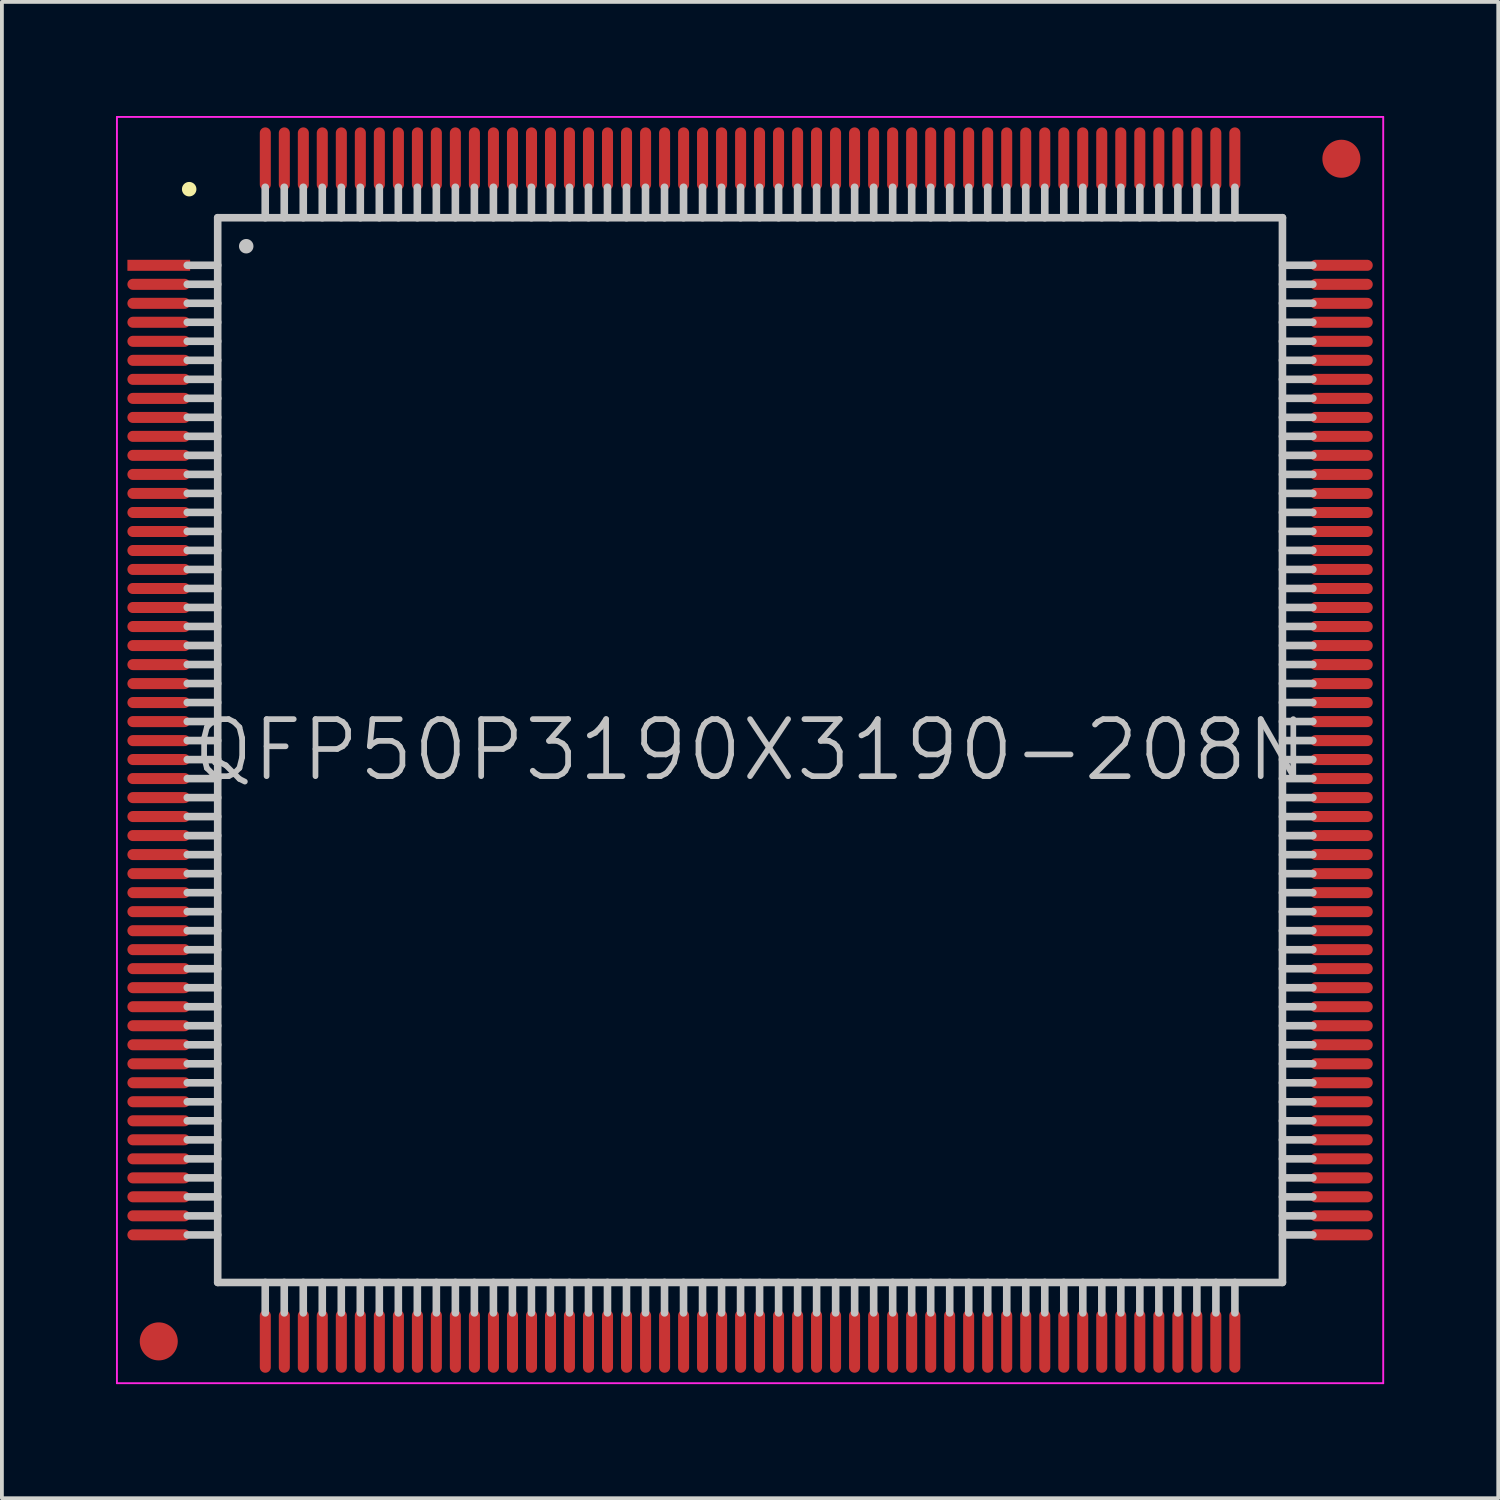
<source format=kicad_pcb>
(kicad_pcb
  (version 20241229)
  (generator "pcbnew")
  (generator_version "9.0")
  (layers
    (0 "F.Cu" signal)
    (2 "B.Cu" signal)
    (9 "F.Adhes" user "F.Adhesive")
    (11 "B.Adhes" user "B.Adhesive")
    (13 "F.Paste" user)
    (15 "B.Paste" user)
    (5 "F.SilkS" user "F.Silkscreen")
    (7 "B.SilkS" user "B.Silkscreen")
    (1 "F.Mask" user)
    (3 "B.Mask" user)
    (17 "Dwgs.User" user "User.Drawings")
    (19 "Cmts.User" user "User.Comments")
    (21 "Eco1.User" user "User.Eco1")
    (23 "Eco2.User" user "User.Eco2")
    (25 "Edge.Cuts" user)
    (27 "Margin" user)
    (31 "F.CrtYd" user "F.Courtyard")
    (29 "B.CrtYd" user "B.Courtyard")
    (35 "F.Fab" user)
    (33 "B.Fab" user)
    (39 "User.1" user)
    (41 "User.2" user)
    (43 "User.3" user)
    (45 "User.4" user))
  (footprint "QFP50P3190X3190-208N"
    (layer "F.Cu")
    (at 16.675 16.675)
    (property "Reference" "QFP50P3190X3190-208N" (at 0 0 0) (layer "Dwgs.User") (effects (font (size 1.5 1.5) (thickness 0.15))))
    (attr smd)
    (fp_line (start -14.75 -14.75) (end -14.75 -14.75) (stroke (width 0.381) (type solid)) (layer "F.SilkS"))
    (fp_line (start -14 -14) (end -14 14) (stroke (width 0.2) (type solid)) (layer "Dwgs.User"))
    (fp_line (start -14 -14) (end 14 -14) (stroke (width 0.2) (type solid)) (layer "Dwgs.User"))
    (fp_line (start -14 -12.75) (end -14.8 -12.75) (stroke (width 0.2) (type solid)) (layer "Dwgs.User"))
    (fp_line (start -14 -12.25) (end -14.8 -12.25) (stroke (width 0.2) (type solid)) (layer "Dwgs.User"))
    (fp_line (start -14 -11.75) (end -14.8 -11.75) (stroke (width 0.2) (type solid)) (layer "Dwgs.User"))
    (fp_line (start -14 -11.25) (end -14.8 -11.25) (stroke (width 0.2) (type solid)) (layer "Dwgs.User"))
    (fp_line (start -14 -10.75) (end -14.8 -10.75) (stroke (width 0.2) (type solid)) (layer "Dwgs.User"))
    (fp_line (start -14 -10.25) (end -14.8 -10.25) (stroke (width 0.2) (type solid)) (layer "Dwgs.User"))
    (fp_line (start -14 -9.75) (end -14.8 -9.75) (stroke (width 0.2) (type solid)) (layer "Dwgs.User"))
    (fp_line (start -14 -9.25) (end -14.8 -9.25) (stroke (width 0.2) (type solid)) (layer "Dwgs.User"))
    (fp_line (start -14 -8.75) (end -14.8 -8.75) (stroke (width 0.2) (type solid)) (layer "Dwgs.User"))
    (fp_line (start -14 -8.25) (end -14.8 -8.25) (stroke (width 0.2) (type solid)) (layer "Dwgs.User"))
    (fp_line (start -14 -7.75) (end -14.8 -7.75) (stroke (width 0.2) (type solid)) (layer "Dwgs.User"))
    (fp_line (start -14 -7.25) (end -14.8 -7.25) (stroke (width 0.2) (type solid)) (layer "Dwgs.User"))
    (fp_line (start -14 -6.75) (end -14.8 -6.75) (stroke (width 0.2) (type solid)) (layer "Dwgs.User"))
    (fp_line (start -14 -6.25) (end -14.8 -6.25) (stroke (width 0.2) (type solid)) (layer "Dwgs.User"))
    (fp_line (start -14 -5.75) (end -14.8 -5.75) (stroke (width 0.2) (type solid)) (layer "Dwgs.User"))
    (fp_line (start -14 -5.25) (end -14.8 -5.25) (stroke (width 0.2) (type solid)) (layer "Dwgs.User"))
    (fp_line (start -14 -4.75) (end -14.8 -4.75) (stroke (width 0.2) (type solid)) (layer "Dwgs.User"))
    (fp_line (start -14 -4.25) (end -14.8 -4.25) (stroke (width 0.2) (type solid)) (layer "Dwgs.User"))
    (fp_line (start -14 -3.75) (end -14.8 -3.75) (stroke (width 0.2) (type solid)) (layer "Dwgs.User"))
    (fp_line (start -14 -3.25) (end -14.8 -3.25) (stroke (width 0.2) (type solid)) (layer "Dwgs.User"))
    (fp_line (start -14 -2.75) (end -14.8 -2.75) (stroke (width 0.2) (type solid)) (layer "Dwgs.User"))
    (fp_line (start -14 -2.25) (end -14.8 -2.25) (stroke (width 0.2) (type solid)) (layer "Dwgs.User"))
    (fp_line (start -14 -1.75) (end -14.8 -1.75) (stroke (width 0.2) (type solid)) (layer "Dwgs.User"))
    (fp_line (start -14 -1.25) (end -14.8 -1.25) (stroke (width 0.2) (type solid)) (layer "Dwgs.User"))
    (fp_line (start -14 -0.75) (end -14.8 -0.75) (stroke (width 0.2) (type solid)) (layer "Dwgs.User"))
    (fp_line (start -14 -0.25) (end -14.8 -0.25) (stroke (width 0.2) (type solid)) (layer "Dwgs.User"))
    (fp_line (start -14 0.25) (end -14.8 0.25) (stroke (width 0.2) (type solid)) (layer "Dwgs.User"))
    (fp_line (start -14 0.75) (end -14.8 0.75) (stroke (width 0.2) (type solid)) (layer "Dwgs.User"))
    (fp_line (start -14 1.25) (end -14.8 1.25) (stroke (width 0.2) (type solid)) (layer "Dwgs.User"))
    (fp_line (start -14 1.75) (end -14.8 1.75) (stroke (width 0.2) (type solid)) (layer "Dwgs.User"))
    (fp_line (start -14 2.25) (end -14.8 2.25) (stroke (width 0.2) (type solid)) (layer "Dwgs.User"))
    (fp_line (start -14 2.75) (end -14.8 2.75) (stroke (width 0.2) (type solid)) (layer "Dwgs.User"))
    (fp_line (start -14 3.25) (end -14.8 3.25) (stroke (width 0.2) (type solid)) (layer "Dwgs.User"))
    (fp_line (start -14 3.75) (end -14.8 3.75) (stroke (width 0.2) (type solid)) (layer "Dwgs.User"))
    (fp_line (start -14 4.25) (end -14.8 4.25) (stroke (width 0.2) (type solid)) (layer "Dwgs.User"))
    (fp_line (start -14 4.75) (end -14.8 4.75) (stroke (width 0.2) (type solid)) (layer "Dwgs.User"))
    (fp_line (start -14 5.25) (end -14.8 5.25) (stroke (width 0.2) (type solid)) (layer "Dwgs.User"))
    (fp_line (start -14 5.75) (end -14.8 5.75) (stroke (width 0.2) (type solid)) (layer "Dwgs.User"))
    (fp_line (start -14 6.25) (end -14.8 6.25) (stroke (width 0.2) (type solid)) (layer "Dwgs.User"))
    (fp_line (start -14 6.75) (end -14.8 6.75) (stroke (width 0.2) (type solid)) (layer "Dwgs.User"))
    (fp_line (start -14 7.25) (end -14.8 7.25) (stroke (width 0.2) (type solid)) (layer "Dwgs.User"))
    (fp_line (start -14 7.75) (end -14.8 7.75) (stroke (width 0.2) (type solid)) (layer "Dwgs.User"))
    (fp_line (start -14 8.25) (end -14.8 8.25) (stroke (width 0.2) (type solid)) (layer "Dwgs.User"))
    (fp_line (start -14 8.75) (end -14.8 8.75) (stroke (width 0.2) (type solid)) (layer "Dwgs.User"))
    (fp_line (start -14 9.25) (end -14.8 9.25) (stroke (width 0.2) (type solid)) (layer "Dwgs.User"))
    (fp_line (start -14 9.75) (end -14.8 9.75) (stroke (width 0.2) (type solid)) (layer "Dwgs.User"))
    (fp_line (start -14 10.25) (end -14.8 10.25) (stroke (width 0.2) (type solid)) (layer "Dwgs.User"))
    (fp_line (start -14 10.75) (end -14.8 10.75) (stroke (width 0.2) (type solid)) (layer "Dwgs.User"))
    (fp_line (start -14 11.25) (end -14.8 11.25) (stroke (width 0.2) (type solid)) (layer "Dwgs.User"))
    (fp_line (start -14 11.75) (end -14.8 11.75) (stroke (width 0.2) (type solid)) (layer "Dwgs.User"))
    (fp_line (start -14 12.25) (end -14.8 12.25) (stroke (width 0.2) (type solid)) (layer "Dwgs.User"))
    (fp_line (start -14 12.75) (end -14.8 12.75) (stroke (width 0.2) (type solid)) (layer "Dwgs.User"))
    (fp_line (start -14 14) (end 14 14) (stroke (width 0.2) (type solid)) (layer "Dwgs.User"))
    (fp_line (start -13.25 -13.25) (end -13.25 -13.25) (stroke (width 0.381) (type solid)) (layer "Dwgs.User"))
    (fp_line (start -12.75 -14) (end -12.75 -14.8) (stroke (width 0.2) (type solid)) (layer "Dwgs.User"))
    (fp_line (start -12.75 14.8) (end -12.75 14) (stroke (width 0.2) (type solid)) (layer "Dwgs.User"))
    (fp_line (start -12.25 -14) (end -12.25 -14.8) (stroke (width 0.2) (type solid)) (layer "Dwgs.User"))
    (fp_line (start -12.25 14.8) (end -12.25 14) (stroke (width 0.2) (type solid)) (layer "Dwgs.User"))
    (fp_line (start -11.75 -14) (end -11.75 -14.8) (stroke (width 0.2) (type solid)) (layer "Dwgs.User"))
    (fp_line (start -11.75 14.8) (end -11.75 14) (stroke (width 0.2) (type solid)) (layer "Dwgs.User"))
    (fp_line (start -11.25 -14) (end -11.25 -14.8) (stroke (width 0.2) (type solid)) (layer "Dwgs.User"))
    (fp_line (start -11.25 14.8) (end -11.25 14) (stroke (width 0.2) (type solid)) (layer "Dwgs.User"))
    (fp_line (start -10.75 -14) (end -10.75 -14.8) (stroke (width 0.2) (type solid)) (layer "Dwgs.User"))
    (fp_line (start -10.75 14.8) (end -10.75 14) (stroke (width 0.2) (type solid)) (layer "Dwgs.User"))
    (fp_line (start -10.25 -14) (end -10.25 -14.8) (stroke (width 0.2) (type solid)) (layer "Dwgs.User"))
    (fp_line (start -10.25 14.8) (end -10.25 14) (stroke (width 0.2) (type solid)) (layer "Dwgs.User"))
    (fp_line (start -9.75 -14) (end -9.75 -14.8) (stroke (width 0.2) (type solid)) (layer "Dwgs.User"))
    (fp_line (start -9.75 14.8) (end -9.75 14) (stroke (width 0.2) (type solid)) (layer "Dwgs.User"))
    (fp_line (start -9.25 -14) (end -9.25 -14.8) (stroke (width 0.2) (type solid)) (layer "Dwgs.User"))
    (fp_line (start -9.25 14.8) (end -9.25 14) (stroke (width 0.2) (type solid)) (layer "Dwgs.User"))
    (fp_line (start -8.75 -14) (end -8.75 -14.8) (stroke (width 0.2) (type solid)) (layer "Dwgs.User"))
    (fp_line (start -8.75 14.8) (end -8.75 14) (stroke (width 0.2) (type solid)) (layer "Dwgs.User"))
    (fp_line (start -8.25 -14) (end -8.25 -14.8) (stroke (width 0.2) (type solid)) (layer "Dwgs.User"))
    (fp_line (start -8.25 14.8) (end -8.25 14) (stroke (width 0.2) (type solid)) (layer "Dwgs.User"))
    (fp_line (start -7.75 -14) (end -7.75 -14.8) (stroke (width 0.2) (type solid)) (layer "Dwgs.User"))
    (fp_line (start -7.75 14.8) (end -7.75 14) (stroke (width 0.2) (type solid)) (layer "Dwgs.User"))
    (fp_line (start -7.25 -14) (end -7.25 -14.8) (stroke (width 0.2) (type solid)) (layer "Dwgs.User"))
    (fp_line (start -7.25 14.8) (end -7.25 14) (stroke (width 0.2) (type solid)) (layer "Dwgs.User"))
    (fp_line (start -6.75 -14) (end -6.75 -14.8) (stroke (width 0.2) (type solid)) (layer "Dwgs.User"))
    (fp_line (start -6.75 14.8) (end -6.75 14) (stroke (width 0.2) (type solid)) (layer "Dwgs.User"))
    (fp_line (start -6.25 -14) (end -6.25 -14.8) (stroke (width 0.2) (type solid)) (layer "Dwgs.User"))
    (fp_line (start -6.25 14.8) (end -6.25 14) (stroke (width 0.2) (type solid)) (layer "Dwgs.User"))
    (fp_line (start -5.75 -14) (end -5.75 -14.8) (stroke (width 0.2) (type solid)) (layer "Dwgs.User"))
    (fp_line (start -5.75 14.8) (end -5.75 14) (stroke (width 0.2) (type solid)) (layer "Dwgs.User"))
    (fp_line (start -5.25 -14) (end -5.25 -14.8) (stroke (width 0.2) (type solid)) (layer "Dwgs.User"))
    (fp_line (start -5.25 14.8) (end -5.25 14) (stroke (width 0.2) (type solid)) (layer "Dwgs.User"))
    (fp_line (start -4.75 -14) (end -4.75 -14.8) (stroke (width 0.2) (type solid)) (layer "Dwgs.User"))
    (fp_line (start -4.75 14.8) (end -4.75 14) (stroke (width 0.2) (type solid)) (layer "Dwgs.User"))
    (fp_line (start -4.25 -14) (end -4.25 -14.8) (stroke (width 0.2) (type solid)) (layer "Dwgs.User"))
    (fp_line (start -4.25 14.8) (end -4.25 14) (stroke (width 0.2) (type solid)) (layer "Dwgs.User"))
    (fp_line (start -3.75 -14) (end -3.75 -14.8) (stroke (width 0.2) (type solid)) (layer "Dwgs.User"))
    (fp_line (start -3.75 14.8) (end -3.75 14) (stroke (width 0.2) (type solid)) (layer "Dwgs.User"))
    (fp_line (start -3.25 -14) (end -3.25 -14.8) (stroke (width 0.2) (type solid)) (layer "Dwgs.User"))
    (fp_line (start -3.25 14.8) (end -3.25 14) (stroke (width 0.2) (type solid)) (layer "Dwgs.User"))
    (fp_line (start -2.75 -14) (end -2.75 -14.8) (stroke (width 0.2) (type solid)) (layer "Dwgs.User"))
    (fp_line (start -2.75 14.8) (end -2.75 14) (stroke (width 0.2) (type solid)) (layer "Dwgs.User"))
    (fp_line (start -2.25 -14) (end -2.25 -14.8) (stroke (width 0.2) (type solid)) (layer "Dwgs.User"))
    (fp_line (start -2.25 14.8) (end -2.25 14) (stroke (width 0.2) (type solid)) (layer "Dwgs.User"))
    (fp_line (start -1.75 -14) (end -1.75 -14.8) (stroke (width 0.2) (type solid)) (layer "Dwgs.User"))
    (fp_line (start -1.75 14.8) (end -1.75 14) (stroke (width 0.2) (type solid)) (layer "Dwgs.User"))
    (fp_line (start -1.25 -14) (end -1.25 -14.8) (stroke (width 0.2) (type solid)) (layer "Dwgs.User"))
    (fp_line (start -1.25 14.8) (end -1.25 14) (stroke (width 0.2) (type solid)) (layer "Dwgs.User"))
    (fp_line (start -0.75 -14) (end -0.75 -14.8) (stroke (width 0.2) (type solid)) (layer "Dwgs.User"))
    (fp_line (start -0.75 14.8) (end -0.75 14) (stroke (width 0.2) (type solid)) (layer "Dwgs.User"))
    (fp_line (start -0.25 -14) (end -0.25 -14.8) (stroke (width 0.2) (type solid)) (layer "Dwgs.User"))
    (fp_line (start -0.25 14.8) (end -0.25 14) (stroke (width 0.2) (type solid)) (layer "Dwgs.User"))
    (fp_line (start 0.25 -14) (end 0.25 -14.8) (stroke (width 0.2) (type solid)) (layer "Dwgs.User"))
    (fp_line (start 0.25 14.8) (end 0.25 14) (stroke (width 0.2) (type solid)) (layer "Dwgs.User"))
    (fp_line (start 0.75 -14) (end 0.75 -14.8) (stroke (width 0.2) (type solid)) (layer "Dwgs.User"))
    (fp_line (start 0.75 14.8) (end 0.75 14) (stroke (width 0.2) (type solid)) (layer "Dwgs.User"))
    (fp_line (start 1.25 -14) (end 1.25 -14.8) (stroke (width 0.2) (type solid)) (layer "Dwgs.User"))
    (fp_line (start 1.25 14.8) (end 1.25 14) (stroke (width 0.2) (type solid)) (layer "Dwgs.User"))
    (fp_line (start 1.75 -14) (end 1.75 -14.8) (stroke (width 0.2) (type solid)) (layer "Dwgs.User"))
    (fp_line (start 1.75 14.8) (end 1.75 14) (stroke (width 0.2) (type solid)) (layer "Dwgs.User"))
    (fp_line (start 2.25 -14) (end 2.25 -14.8) (stroke (width 0.2) (type solid)) (layer "Dwgs.User"))
    (fp_line (start 2.25 14.8) (end 2.25 14) (stroke (width 0.2) (type solid)) (layer "Dwgs.User"))
    (fp_line (start 2.75 -14) (end 2.75 -14.8) (stroke (width 0.2) (type solid)) (layer "Dwgs.User"))
    (fp_line (start 2.75 14.8) (end 2.75 14) (stroke (width 0.2) (type solid)) (layer "Dwgs.User"))
    (fp_line (start 3.25 -14) (end 3.25 -14.8) (stroke (width 0.2) (type solid)) (layer "Dwgs.User"))
    (fp_line (start 3.25 14.8) (end 3.25 14) (stroke (width 0.2) (type solid)) (layer "Dwgs.User"))
    (fp_line (start 3.75 -14) (end 3.75 -14.8) (stroke (width 0.2) (type solid)) (layer "Dwgs.User"))
    (fp_line (start 3.75 14.8) (end 3.75 14) (stroke (width 0.2) (type solid)) (layer "Dwgs.User"))
    (fp_line (start 4.25 -14) (end 4.25 -14.8) (stroke (width 0.2) (type solid)) (layer "Dwgs.User"))
    (fp_line (start 4.25 14.8) (end 4.25 14) (stroke (width 0.2) (type solid)) (layer "Dwgs.User"))
    (fp_line (start 4.75 -14) (end 4.75 -14.8) (stroke (width 0.2) (type solid)) (layer "Dwgs.User"))
    (fp_line (start 4.75 14.8) (end 4.75 14) (stroke (width 0.2) (type solid)) (layer "Dwgs.User"))
    (fp_line (start 5.25 -14) (end 5.25 -14.8) (stroke (width 0.2) (type solid)) (layer "Dwgs.User"))
    (fp_line (start 5.25 14.8) (end 5.25 14) (stroke (width 0.2) (type solid)) (layer "Dwgs.User"))
    (fp_line (start 5.75 -14) (end 5.75 -14.8) (stroke (width 0.2) (type solid)) (layer "Dwgs.User"))
    (fp_line (start 5.75 14.8) (end 5.75 14) (stroke (width 0.2) (type solid)) (layer "Dwgs.User"))
    (fp_line (start 6.25 -14) (end 6.25 -14.8) (stroke (width 0.2) (type solid)) (layer "Dwgs.User"))
    (fp_line (start 6.25 14.8) (end 6.25 14) (stroke (width 0.2) (type solid)) (layer "Dwgs.User"))
    (fp_line (start 6.75 -14) (end 6.75 -14.8) (stroke (width 0.2) (type solid)) (layer "Dwgs.User"))
    (fp_line (start 6.75 14.8) (end 6.75 14) (stroke (width 0.2) (type solid)) (layer "Dwgs.User"))
    (fp_line (start 7.25 -14) (end 7.25 -14.8) (stroke (width 0.2) (type solid)) (layer "Dwgs.User"))
    (fp_line (start 7.25 14.8) (end 7.25 14) (stroke (width 0.2) (type solid)) (layer "Dwgs.User"))
    (fp_line (start 7.75 -14) (end 7.75 -14.8) (stroke (width 0.2) (type solid)) (layer "Dwgs.User"))
    (fp_line (start 7.75 14.8) (end 7.75 14) (stroke (width 0.2) (type solid)) (layer "Dwgs.User"))
    (fp_line (start 8.25 -14) (end 8.25 -14.8) (stroke (width 0.2) (type solid)) (layer "Dwgs.User"))
    (fp_line (start 8.25 14.8) (end 8.25 14) (stroke (width 0.2) (type solid)) (layer "Dwgs.User"))
    (fp_line (start 8.75 -14) (end 8.75 -14.8) (stroke (width 0.2) (type solid)) (layer "Dwgs.User"))
    (fp_line (start 8.75 14.8) (end 8.75 14) (stroke (width 0.2) (type solid)) (layer "Dwgs.User"))
    (fp_line (start 9.25 -14) (end 9.25 -14.8) (stroke (width 0.2) (type solid)) (layer "Dwgs.User"))
    (fp_line (start 9.25 14.8) (end 9.25 14) (stroke (width 0.2) (type solid)) (layer "Dwgs.User"))
    (fp_line (start 9.75 -14) (end 9.75 -14.8) (stroke (width 0.2) (type solid)) (layer "Dwgs.User"))
    (fp_line (start 9.75 14.8) (end 9.75 14) (stroke (width 0.2) (type solid)) (layer "Dwgs.User"))
    (fp_line (start 10.25 -14) (end 10.25 -14.8) (stroke (width 0.2) (type solid)) (layer "Dwgs.User"))
    (fp_line (start 10.25 14.8) (end 10.25 14) (stroke (width 0.2) (type solid)) (layer "Dwgs.User"))
    (fp_line (start 10.75 -14) (end 10.75 -14.8) (stroke (width 0.2) (type solid)) (layer "Dwgs.User"))
    (fp_line (start 10.75 14.8) (end 10.75 14) (stroke (width 0.2) (type solid)) (layer "Dwgs.User"))
    (fp_line (start 11.25 -14) (end 11.25 -14.8) (stroke (width 0.2) (type solid)) (layer "Dwgs.User"))
    (fp_line (start 11.25 14.8) (end 11.25 14) (stroke (width 0.2) (type solid)) (layer "Dwgs.User"))
    (fp_line (start 11.75 -14) (end 11.75 -14.8) (stroke (width 0.2) (type solid)) (layer "Dwgs.User"))
    (fp_line (start 11.75 14.8) (end 11.75 14) (stroke (width 0.2) (type solid)) (layer "Dwgs.User"))
    (fp_line (start 12.25 -14) (end 12.25 -14.8) (stroke (width 0.2) (type solid)) (layer "Dwgs.User"))
    (fp_line (start 12.25 14.8) (end 12.25 14) (stroke (width 0.2) (type solid)) (layer "Dwgs.User"))
    (fp_line (start 12.75 -14) (end 12.75 -14.8) (stroke (width 0.2) (type solid)) (layer "Dwgs.User"))
    (fp_line (start 12.75 14.8) (end 12.75 14) (stroke (width 0.2) (type solid)) (layer "Dwgs.User"))
    (fp_line (start 14 -14) (end 14 14) (stroke (width 0.2) (type solid)) (layer "Dwgs.User"))
    (fp_line (start 14.8 -12.75) (end 14 -12.75) (stroke (width 0.2) (type solid)) (layer "Dwgs.User"))
    (fp_line (start 14.8 -12.25) (end 14 -12.25) (stroke (width 0.2) (type solid)) (layer "Dwgs.User"))
    (fp_line (start 14.8 -11.75) (end 14 -11.75) (stroke (width 0.2) (type solid)) (layer "Dwgs.User"))
    (fp_line (start 14.8 -11.25) (end 14 -11.25) (stroke (width 0.2) (type solid)) (layer "Dwgs.User"))
    (fp_line (start 14.8 -10.75) (end 14 -10.75) (stroke (width 0.2) (type solid)) (layer "Dwgs.User"))
    (fp_line (start 14.8 -10.25) (end 14 -10.25) (stroke (width 0.2) (type solid)) (layer "Dwgs.User"))
    (fp_line (start 14.8 -9.75) (end 14 -9.75) (stroke (width 0.2) (type solid)) (layer "Dwgs.User"))
    (fp_line (start 14.8 -9.25) (end 14 -9.25) (stroke (width 0.2) (type solid)) (layer "Dwgs.User"))
    (fp_line (start 14.8 -8.75) (end 14 -8.75) (stroke (width 0.2) (type solid)) (layer "Dwgs.User"))
    (fp_line (start 14.8 -8.25) (end 14 -8.25) (stroke (width 0.2) (type solid)) (layer "Dwgs.User"))
    (fp_line (start 14.8 -7.75) (end 14 -7.75) (stroke (width 0.2) (type solid)) (layer "Dwgs.User"))
    (fp_line (start 14.8 -7.25) (end 14 -7.25) (stroke (width 0.2) (type solid)) (layer "Dwgs.User"))
    (fp_line (start 14.8 -6.75) (end 14 -6.75) (stroke (width 0.2) (type solid)) (layer "Dwgs.User"))
    (fp_line (start 14.8 -6.25) (end 14 -6.25) (stroke (width 0.2) (type solid)) (layer "Dwgs.User"))
    (fp_line (start 14.8 -5.75) (end 14 -5.75) (stroke (width 0.2) (type solid)) (layer "Dwgs.User"))
    (fp_line (start 14.8 -5.25) (end 14 -5.25) (stroke (width 0.2) (type solid)) (layer "Dwgs.User"))
    (fp_line (start 14.8 -4.75) (end 14 -4.75) (stroke (width 0.2) (type solid)) (layer "Dwgs.User"))
    (fp_line (start 14.8 -4.25) (end 14 -4.25) (stroke (width 0.2) (type solid)) (layer "Dwgs.User"))
    (fp_line (start 14.8 -3.75) (end 14 -3.75) (stroke (width 0.2) (type solid)) (layer "Dwgs.User"))
    (fp_line (start 14.8 -3.25) (end 14 -3.25) (stroke (width 0.2) (type solid)) (layer "Dwgs.User"))
    (fp_line (start 14.8 -2.75) (end 14 -2.75) (stroke (width 0.2) (type solid)) (layer "Dwgs.User"))
    (fp_line (start 14.8 -2.25) (end 14 -2.25) (stroke (width 0.2) (type solid)) (layer "Dwgs.User"))
    (fp_line (start 14.8 -1.75) (end 14 -1.75) (stroke (width 0.2) (type solid)) (layer "Dwgs.User"))
    (fp_line (start 14.8 -1.25) (end 14 -1.25) (stroke (width 0.2) (type solid)) (layer "Dwgs.User"))
    (fp_line (start 14.8 -0.75) (end 14 -0.75) (stroke (width 0.2) (type solid)) (layer "Dwgs.User"))
    (fp_line (start 14.8 -0.25) (end 14 -0.25) (stroke (width 0.2) (type solid)) (layer "Dwgs.User"))
    (fp_line (start 14.8 0.25) (end 14 0.25) (stroke (width 0.2) (type solid)) (layer "Dwgs.User"))
    (fp_line (start 14.8 0.75) (end 14 0.75) (stroke (width 0.2) (type solid)) (layer "Dwgs.User"))
    (fp_line (start 14.8 1.25) (end 14 1.25) (stroke (width 0.2) (type solid)) (layer "Dwgs.User"))
    (fp_line (start 14.8 1.75) (end 14 1.75) (stroke (width 0.2) (type solid)) (layer "Dwgs.User"))
    (fp_line (start 14.8 2.25) (end 14 2.25) (stroke (width 0.2) (type solid)) (layer "Dwgs.User"))
    (fp_line (start 14.8 2.75) (end 14 2.75) (stroke (width 0.2) (type solid)) (layer "Dwgs.User"))
    (fp_line (start 14.8 3.25) (end 14 3.25) (stroke (width 0.2) (type solid)) (layer "Dwgs.User"))
    (fp_line (start 14.8 3.75) (end 14 3.75) (stroke (width 0.2) (type solid)) (layer "Dwgs.User"))
    (fp_line (start 14.8 4.25) (end 14 4.25) (stroke (width 0.2) (type solid)) (layer "Dwgs.User"))
    (fp_line (start 14.8 4.75) (end 14 4.75) (stroke (width 0.2) (type solid)) (layer "Dwgs.User"))
    (fp_line (start 14.8 5.25) (end 14 5.25) (stroke (width 0.2) (type solid)) (layer "Dwgs.User"))
    (fp_line (start 14.8 5.75) (end 14 5.75) (stroke (width 0.2) (type solid)) (layer "Dwgs.User"))
    (fp_line (start 14.8 6.25) (end 14 6.25) (stroke (width 0.2) (type solid)) (layer "Dwgs.User"))
    (fp_line (start 14.8 6.75) (end 14 6.75) (stroke (width 0.2) (type solid)) (layer "Dwgs.User"))
    (fp_line (start 14.8 7.25) (end 14 7.25) (stroke (width 0.2) (type solid)) (layer "Dwgs.User"))
    (fp_line (start 14.8 7.75) (end 14 7.75) (stroke (width 0.2) (type solid)) (layer "Dwgs.User"))
    (fp_line (start 14.8 8.25) (end 14 8.25) (stroke (width 0.2) (type solid)) (layer "Dwgs.User"))
    (fp_line (start 14.8 8.75) (end 14 8.75) (stroke (width 0.2) (type solid)) (layer "Dwgs.User"))
    (fp_line (start 14.8 9.25) (end 14 9.25) (stroke (width 0.2) (type solid)) (layer "Dwgs.User"))
    (fp_line (start 14.8 9.75) (end 14 9.75) (stroke (width 0.2) (type solid)) (layer "Dwgs.User"))
    (fp_line (start 14.8 10.25) (end 14 10.25) (stroke (width 0.2) (type solid)) (layer "Dwgs.User"))
    (fp_line (start 14.8 10.75) (end 14 10.75) (stroke (width 0.2) (type solid)) (layer "Dwgs.User"))
    (fp_line (start 14.8 11.25) (end 14 11.25) (stroke (width 0.2) (type solid)) (layer "Dwgs.User"))
    (fp_line (start 14.8 11.75) (end 14 11.75) (stroke (width 0.2) (type solid)) (layer "Dwgs.User"))
    (fp_line (start 14.8 12.25) (end 14 12.25) (stroke (width 0.2) (type solid)) (layer "Dwgs.User"))
    (fp_line (start 14.8 12.75) (end 14 12.75) (stroke (width 0.2) (type solid)) (layer "Dwgs.User"))
    (fp_line (start -16.65 -16.65) (end -16.65 16.65) (stroke (width 0.05) (type solid)) (layer "F.CrtYd"))
    (fp_line (start -16.65 -16.65) (end 16.65 -16.65) (stroke (width 0.05) (type solid)) (layer "F.CrtYd"))
    (fp_line (start -16.65 16.65) (end 16.65 16.65) (stroke (width 0.05) (type solid)) (layer "F.CrtYd"))
    (fp_line (start 16.65 -16.65) (end 16.65 16.65) (stroke (width 0.05) (type solid)) (layer "F.CrtYd"))
    (pad "" smd circle (at -15.55 15.55) (size 1 1) (layers "F.Cu" "F.Mask"))
    (pad "" smd circle (at 15.55 -15.55) (size 1 1) (layers "F.Cu" "F.Mask"))
    (pad "1" smd rect (at -15.55 -12.748 90) (size 0.29 1.65) (layers "F.Cu" "F.Mask" "F.Paste"))
    (pad "2" smd oval (at -15.55 -12.248 90) (size 0.29 1.65) (layers "F.Cu" "F.Mask" "F.Paste"))
    (pad "3" smd oval (at -15.55 -11.748 90) (size 0.29 1.65) (layers "F.Cu" "F.Mask" "F.Paste"))
    (pad "4" smd oval (at -15.55 -11.25 90) (size 0.29 1.65) (layers "F.Cu" "F.Mask" "F.Paste"))
    (pad "5" smd oval (at -15.55 -10.749 90) (size 0.29 1.65) (layers "F.Cu" "F.Mask" "F.Paste"))
    (pad "6" smd oval (at -15.55 -10.249 90) (size 0.29 1.65) (layers "F.Cu" "F.Mask" "F.Paste"))
    (pad "7" smd oval (at -15.55 -9.749 90) (size 0.29 1.65) (layers "F.Cu" "F.Mask" "F.Paste"))
    (pad "8" smd oval (at -15.55 -9.248 90) (size 0.29 1.65) (layers "F.Cu" "F.Mask" "F.Paste"))
    (pad "9" smd oval (at -15.55 -8.748 90) (size 0.29 1.65) (layers "F.Cu" "F.Mask" "F.Paste"))
    (pad "10" smd oval (at -15.55 -8.25 90) (size 0.29 1.65) (layers "F.Cu" "F.Mask" "F.Paste"))
    (pad "11" smd oval (at -15.55 -7.75 90) (size 0.29 1.65) (layers "F.Cu" "F.Mask" "F.Paste"))
    (pad "12" smd oval (at -15.55 -7.249 90) (size 0.29 1.65) (layers "F.Cu" "F.Mask" "F.Paste"))
    (pad "13" smd oval (at -15.55 -6.749 90) (size 0.29 1.65) (layers "F.Cu" "F.Mask" "F.Paste"))
    (pad "14" smd oval (at -15.55 -6.248 90) (size 0.29 1.65) (layers "F.Cu" "F.Mask" "F.Paste"))
    (pad "15" smd oval (at -15.55 -5.748 90) (size 0.29 1.65) (layers "F.Cu" "F.Mask" "F.Paste"))
    (pad "16" smd oval (at -15.55 -5.248 90) (size 0.29 1.65) (layers "F.Cu" "F.Mask" "F.Paste"))
    (pad "17" smd oval (at -15.55 -4.75 90) (size 0.29 1.65) (layers "F.Cu" "F.Mask" "F.Paste"))
    (pad "18" smd oval (at -15.55 -4.249 90) (size 0.29 1.65) (layers "F.Cu" "F.Mask" "F.Paste"))
    (pad "19" smd oval (at -15.55 -3.749 90) (size 0.29 1.65) (layers "F.Cu" "F.Mask" "F.Paste"))
    (pad "20" smd oval (at -15.55 -3.249 90) (size 0.29 1.65) (layers "F.Cu" "F.Mask" "F.Paste"))
    (pad "21" smd oval (at -15.55 -2.748 90) (size 0.29 1.65) (layers "F.Cu" "F.Mask" "F.Paste"))
    (pad "22" smd oval (at -15.55 -2.248 90) (size 0.29 1.65) (layers "F.Cu" "F.Mask" "F.Paste"))
    (pad "23" smd oval (at -15.55 -1.748 90) (size 0.29 1.65) (layers "F.Cu" "F.Mask" "F.Paste"))
    (pad "24" smd oval (at -15.55 -1.25 90) (size 0.29 1.65) (layers "F.Cu" "F.Mask" "F.Paste"))
    (pad "25" smd oval (at -15.55 -0.749 90) (size 0.29 1.65) (layers "F.Cu" "F.Mask" "F.Paste"))
    (pad "26" smd oval (at -15.55 -0.249 90) (size 0.29 1.65) (layers "F.Cu" "F.Mask" "F.Paste"))
    (pad "27" smd oval (at -15.55 0.249 90) (size 0.29 1.65) (layers "F.Cu" "F.Mask" "F.Paste"))
    (pad "28" smd oval (at -15.55 0.749 90) (size 0.29 1.65) (layers "F.Cu" "F.Mask" "F.Paste"))
    (pad "29" smd oval (at -15.55 1.25 90) (size 0.29 1.65) (layers "F.Cu" "F.Mask" "F.Paste"))
    (pad "30" smd oval (at -15.55 1.748 90) (size 0.29 1.65) (layers "F.Cu" "F.Mask" "F.Paste"))
    (pad "31" smd oval (at -15.55 2.248 90) (size 0.29 1.65) (layers "F.Cu" "F.Mask" "F.Paste"))
    (pad "32" smd oval (at -15.55 2.748 90) (size 0.29 1.65) (layers "F.Cu" "F.Mask" "F.Paste"))
    (pad "33" smd oval (at -15.55 3.249 90) (size 0.29 1.65) (layers "F.Cu" "F.Mask" "F.Paste"))
    (pad "34" smd oval (at -15.55 3.749 90) (size 0.29 1.65) (layers "F.Cu" "F.Mask" "F.Paste"))
    (pad "35" smd oval (at -15.55 4.249 90) (size 0.29 1.65) (layers "F.Cu" "F.Mask" "F.Paste"))
    (pad "36" smd oval (at -15.55 4.75 90) (size 0.29 1.65) (layers "F.Cu" "F.Mask" "F.Paste"))
    (pad "37" smd oval (at -15.55 5.248 90) (size 0.29 1.65) (layers "F.Cu" "F.Mask" "F.Paste"))
    (pad "38" smd oval (at -15.55 5.748 90) (size 0.29 1.65) (layers "F.Cu" "F.Mask" "F.Paste"))
    (pad "39" smd oval (at -15.55 6.248 90) (size 0.29 1.65) (layers "F.Cu" "F.Mask" "F.Paste"))
    (pad "40" smd oval (at -15.55 6.749 90) (size 0.29 1.65) (layers "F.Cu" "F.Mask" "F.Paste"))
    (pad "41" smd oval (at -15.55 7.249 90) (size 0.29 1.65) (layers "F.Cu" "F.Mask" "F.Paste"))
    (pad "42" smd oval (at -15.55 7.75 90) (size 0.29 1.65) (layers "F.Cu" "F.Mask" "F.Paste"))
    (pad "43" smd oval (at -15.55 8.25 90) (size 0.29 1.65) (layers "F.Cu" "F.Mask" "F.Paste"))
    (pad "44" smd oval (at -15.55 8.748 90) (size 0.29 1.65) (layers "F.Cu" "F.Mask" "F.Paste"))
    (pad "45" smd oval (at -15.55 9.248 90) (size 0.29 1.65) (layers "F.Cu" "F.Mask" "F.Paste"))
    (pad "46" smd oval (at -15.55 9.749 90) (size 0.29 1.65) (layers "F.Cu" "F.Mask" "F.Paste"))
    (pad "47" smd oval (at -15.55 10.249 90) (size 0.29 1.65) (layers "F.Cu" "F.Mask" "F.Paste"))
    (pad "48" smd oval (at -15.55 10.749 90) (size 0.29 1.65) (layers "F.Cu" "F.Mask" "F.Paste"))
    (pad "49" smd oval (at -15.55 11.25 90) (size 0.29 1.65) (layers "F.Cu" "F.Mask" "F.Paste"))
    (pad "50" smd oval (at -15.55 11.748 90) (size 0.29 1.65) (layers "F.Cu" "F.Mask" "F.Paste"))
    (pad "51" smd oval (at -15.55 12.248 90) (size 0.29 1.65) (layers "F.Cu" "F.Mask" "F.Paste"))
    (pad "52" smd oval (at -15.55 12.748 90) (size 0.29 1.65) (layers "F.Cu" "F.Mask" "F.Paste"))
    (pad "53" smd oval (at -12.748 15.55 180) (size 0.29 1.65) (layers "F.Cu" "F.Mask" "F.Paste"))
    (pad "54" smd oval (at -12.248 15.55 180) (size 0.29 1.65) (layers "F.Cu" "F.Mask" "F.Paste"))
    (pad "55" smd oval (at -11.748 15.55 180) (size 0.29 1.65) (layers "F.Cu" "F.Mask" "F.Paste"))
    (pad "56" smd oval (at -11.25 15.55 180) (size 0.29 1.65) (layers "F.Cu" "F.Mask" "F.Paste"))
    (pad "57" smd oval (at -10.749 15.55 180) (size 0.29 1.65) (layers "F.Cu" "F.Mask" "F.Paste"))
    (pad "58" smd oval (at -10.249 15.55 180) (size 0.29 1.65) (layers "F.Cu" "F.Mask" "F.Paste"))
    (pad "59" smd oval (at -9.749 15.55 180) (size 0.29 1.65) (layers "F.Cu" "F.Mask" "F.Paste"))
    (pad "60" smd oval (at -9.248 15.55 180) (size 0.29 1.65) (layers "F.Cu" "F.Mask" "F.Paste"))
    (pad "61" smd oval (at -8.748 15.55 180) (size 0.29 1.65) (layers "F.Cu" "F.Mask" "F.Paste"))
    (pad "62" smd oval (at -8.25 15.55 180) (size 0.29 1.65) (layers "F.Cu" "F.Mask" "F.Paste"))
    (pad "63" smd oval (at -7.75 15.55 180) (size 0.29 1.65) (layers "F.Cu" "F.Mask" "F.Paste"))
    (pad "64" smd oval (at -7.249 15.55 180) (size 0.29 1.65) (layers "F.Cu" "F.Mask" "F.Paste"))
    (pad "65" smd oval (at -6.749 15.55 180) (size 0.29 1.65) (layers "F.Cu" "F.Mask" "F.Paste"))
    (pad "66" smd oval (at -6.248 15.55 180) (size 0.29 1.65) (layers "F.Cu" "F.Mask" "F.Paste"))
    (pad "67" smd oval (at -5.748 15.55 180) (size 0.29 1.65) (layers "F.Cu" "F.Mask" "F.Paste"))
    (pad "68" smd oval (at -5.248 15.55 180) (size 0.29 1.65) (layers "F.Cu" "F.Mask" "F.Paste"))
    (pad "69" smd oval (at -4.75 15.55 180) (size 0.29 1.65) (layers "F.Cu" "F.Mask" "F.Paste"))
    (pad "70" smd oval (at -4.249 15.55 180) (size 0.29 1.65) (layers "F.Cu" "F.Mask" "F.Paste"))
    (pad "71" smd oval (at -3.749 15.55 180) (size 0.29 1.65) (layers "F.Cu" "F.Mask" "F.Paste"))
    (pad "72" smd oval (at -3.249 15.55 180) (size 0.29 1.65) (layers "F.Cu" "F.Mask" "F.Paste"))
    (pad "73" smd oval (at -2.748 15.55 180) (size 0.29 1.65) (layers "F.Cu" "F.Mask" "F.Paste"))
    (pad "74" smd oval (at -2.248 15.55 180) (size 0.29 1.65) (layers "F.Cu" "F.Mask" "F.Paste"))
    (pad "75" smd oval (at -1.748 15.55 180) (size 0.29 1.65) (layers "F.Cu" "F.Mask" "F.Paste"))
    (pad "76" smd oval (at -1.25 15.55 180) (size 0.29 1.65) (layers "F.Cu" "F.Mask" "F.Paste"))
    (pad "77" smd oval (at -0.749 15.55 180) (size 0.29 1.65) (layers "F.Cu" "F.Mask" "F.Paste"))
    (pad "78" smd oval (at -0.249 15.55 180) (size 0.29 1.65) (layers "F.Cu" "F.Mask" "F.Paste"))
    (pad "79" smd oval (at 0.249 15.55 180) (size 0.29 1.65) (layers "F.Cu" "F.Mask" "F.Paste"))
    (pad "80" smd oval (at 0.749 15.55 180) (size 0.29 1.65) (layers "F.Cu" "F.Mask" "F.Paste"))
    (pad "81" smd oval (at 1.25 15.55 180) (size 0.29 1.65) (layers "F.Cu" "F.Mask" "F.Paste"))
    (pad "82" smd oval (at 1.748 15.55 180) (size 0.29 1.65) (layers "F.Cu" "F.Mask" "F.Paste"))
    (pad "83" smd oval (at 2.248 15.55 180) (size 0.29 1.65) (layers "F.Cu" "F.Mask" "F.Paste"))
    (pad "84" smd oval (at 2.748 15.55 180) (size 0.29 1.65) (layers "F.Cu" "F.Mask" "F.Paste"))
    (pad "85" smd oval (at 3.249 15.55 180) (size 0.29 1.65) (layers "F.Cu" "F.Mask" "F.Paste"))
    (pad "86" smd oval (at 3.749 15.55 180) (size 0.29 1.65) (layers "F.Cu" "F.Mask" "F.Paste"))
    (pad "87" smd oval (at 4.249 15.55 180) (size 0.29 1.65) (layers "F.Cu" "F.Mask" "F.Paste"))
    (pad "88" smd oval (at 4.75 15.55 180) (size 0.29 1.65) (layers "F.Cu" "F.Mask" "F.Paste"))
    (pad "89" smd oval (at 5.248 15.55 180) (size 0.29 1.65) (layers "F.Cu" "F.Mask" "F.Paste"))
    (pad "90" smd oval (at 5.748 15.55 180) (size 0.29 1.65) (layers "F.Cu" "F.Mask" "F.Paste"))
    (pad "91" smd oval (at 6.248 15.55 180) (size 0.29 1.65) (layers "F.Cu" "F.Mask" "F.Paste"))
    (pad "92" smd oval (at 6.749 15.55 180) (size 0.29 1.65) (layers "F.Cu" "F.Mask" "F.Paste"))
    (pad "93" smd oval (at 7.249 15.55 180) (size 0.29 1.65) (layers "F.Cu" "F.Mask" "F.Paste"))
    (pad "94" smd oval (at 7.75 15.55 180) (size 0.29 1.65) (layers "F.Cu" "F.Mask" "F.Paste"))
    (pad "95" smd oval (at 8.25 15.55 180) (size 0.29 1.65) (layers "F.Cu" "F.Mask" "F.Paste"))
    (pad "96" smd oval (at 8.748 15.55 180) (size 0.29 1.65) (layers "F.Cu" "F.Mask" "F.Paste"))
    (pad "97" smd oval (at 9.248 15.55 180) (size 0.29 1.65) (layers "F.Cu" "F.Mask" "F.Paste"))
    (pad "98" smd oval (at 9.749 15.55 180) (size 0.29 1.65) (layers "F.Cu" "F.Mask" "F.Paste"))
    (pad "99" smd oval (at 10.249 15.55 180) (size 0.29 1.65) (layers "F.Cu" "F.Mask" "F.Paste"))
    (pad "100" smd oval (at 10.749 15.55 180) (size 0.29 1.65) (layers "F.Cu" "F.Mask" "F.Paste"))
    (pad "101" smd oval (at 11.25 15.55 180) (size 0.29 1.65) (layers "F.Cu" "F.Mask" "F.Paste"))
    (pad "102" smd oval (at 11.748 15.55 180) (size 0.29 1.65) (layers "F.Cu" "F.Mask" "F.Paste"))
    (pad "103" smd oval (at 12.248 15.55 180) (size 0.29 1.65) (layers "F.Cu" "F.Mask" "F.Paste"))
    (pad "104" smd oval (at 12.748 15.55 180) (size 0.29 1.65) (layers "F.Cu" "F.Mask" "F.Paste"))
    (pad "105" smd oval (at 15.55 12.748 270) (size 0.29 1.65) (layers "F.Cu" "F.Mask" "F.Paste"))
    (pad "106" smd oval (at 15.55 12.248 270) (size 0.29 1.65) (layers "F.Cu" "F.Mask" "F.Paste"))
    (pad "107" smd oval (at 15.55 11.748 270) (size 0.29 1.65) (layers "F.Cu" "F.Mask" "F.Paste"))
    (pad "108" smd oval (at 15.55 11.25 270) (size 0.29 1.65) (layers "F.Cu" "F.Mask" "F.Paste"))
    (pad "109" smd oval (at 15.55 10.749 270) (size 0.29 1.65) (layers "F.Cu" "F.Mask" "F.Paste"))
    (pad "110" smd oval (at 15.55 10.249 270) (size 0.29 1.65) (layers "F.Cu" "F.Mask" "F.Paste"))
    (pad "111" smd oval (at 15.55 9.749 270) (size 0.29 1.65) (layers "F.Cu" "F.Mask" "F.Paste"))
    (pad "112" smd oval (at 15.55 9.248 270) (size 0.29 1.65) (layers "F.Cu" "F.Mask" "F.Paste"))
    (pad "113" smd oval (at 15.55 8.748 270) (size 0.29 1.65) (layers "F.Cu" "F.Mask" "F.Paste"))
    (pad "114" smd oval (at 15.55 8.25 270) (size 0.29 1.65) (layers "F.Cu" "F.Mask" "F.Paste"))
    (pad "115" smd oval (at 15.55 7.75 270) (size 0.29 1.65) (layers "F.Cu" "F.Mask" "F.Paste"))
    (pad "116" smd oval (at 15.55 7.249 270) (size 0.29 1.65) (layers "F.Cu" "F.Mask" "F.Paste"))
    (pad "117" smd oval (at 15.55 6.749 270) (size 0.29 1.65) (layers "F.Cu" "F.Mask" "F.Paste"))
    (pad "118" smd oval (at 15.55 6.248 270) (size 0.29 1.65) (layers "F.Cu" "F.Mask" "F.Paste"))
    (pad "119" smd oval (at 15.55 5.748 270) (size 0.29 1.65) (layers "F.Cu" "F.Mask" "F.Paste"))
    (pad "120" smd oval (at 15.55 5.248 270) (size 0.29 1.65) (layers "F.Cu" "F.Mask" "F.Paste"))
    (pad "121" smd oval (at 15.55 4.75 270) (size 0.29 1.65) (layers "F.Cu" "F.Mask" "F.Paste"))
    (pad "122" smd oval (at 15.55 4.249 270) (size 0.29 1.65) (layers "F.Cu" "F.Mask" "F.Paste"))
    (pad "123" smd oval (at 15.55 3.749 270) (size 0.29 1.65) (layers "F.Cu" "F.Mask" "F.Paste"))
    (pad "124" smd oval (at 15.55 3.249 270) (size 0.29 1.65) (layers "F.Cu" "F.Mask" "F.Paste"))
    (pad "125" smd oval (at 15.55 2.748 270) (size 0.29 1.65) (layers "F.Cu" "F.Mask" "F.Paste"))
    (pad "126" smd oval (at 15.55 2.248 270) (size 0.29 1.65) (layers "F.Cu" "F.Mask" "F.Paste"))
    (pad "127" smd oval (at 15.55 1.748 270) (size 0.29 1.65) (layers "F.Cu" "F.Mask" "F.Paste"))
    (pad "128" smd oval (at 15.55 1.25 270) (size 0.29 1.65) (layers "F.Cu" "F.Mask" "F.Paste"))
    (pad "129" smd oval (at 15.55 0.749 270) (size 0.29 1.65) (layers "F.Cu" "F.Mask" "F.Paste"))
    (pad "130" smd oval (at 15.55 0.249 270) (size 0.29 1.65) (layers "F.Cu" "F.Mask" "F.Paste"))
    (pad "131" smd oval (at 15.55 -0.249 270) (size 0.29 1.65) (layers "F.Cu" "F.Mask" "F.Paste"))
    (pad "132" smd oval (at 15.55 -0.749 270) (size 0.29 1.65) (layers "F.Cu" "F.Mask" "F.Paste"))
    (pad "133" smd oval (at 15.55 -1.25 270) (size 0.29 1.65) (layers "F.Cu" "F.Mask" "F.Paste"))
    (pad "134" smd oval (at 15.55 -1.748 270) (size 0.29 1.65) (layers "F.Cu" "F.Mask" "F.Paste"))
    (pad "135" smd oval (at 15.55 -2.248 270) (size 0.29 1.65) (layers "F.Cu" "F.Mask" "F.Paste"))
    (pad "136" smd oval (at 15.55 -2.748 270) (size 0.29 1.65) (layers "F.Cu" "F.Mask" "F.Paste"))
    (pad "137" smd oval (at 15.55 -3.249 270) (size 0.29 1.65) (layers "F.Cu" "F.Mask" "F.Paste"))
    (pad "138" smd oval (at 15.55 -3.749 270) (size 0.29 1.65) (layers "F.Cu" "F.Mask" "F.Paste"))
    (pad "139" smd oval (at 15.55 -4.249 270) (size 0.29 1.65) (layers "F.Cu" "F.Mask" "F.Paste"))
    (pad "140" smd oval (at 15.55 -4.75 270) (size 0.29 1.65) (layers "F.Cu" "F.Mask" "F.Paste"))
    (pad "141" smd oval (at 15.55 -5.248 270) (size 0.29 1.65) (layers "F.Cu" "F.Mask" "F.Paste"))
    (pad "142" smd oval (at 15.55 -5.748 270) (size 0.29 1.65) (layers "F.Cu" "F.Mask" "F.Paste"))
    (pad "143" smd oval (at 15.55 -6.248 270) (size 0.29 1.65) (layers "F.Cu" "F.Mask" "F.Paste"))
    (pad "144" smd oval (at 15.55 -6.749 270) (size 0.29 1.65) (layers "F.Cu" "F.Mask" "F.Paste"))
    (pad "145" smd oval (at 15.55 -7.249 270) (size 0.29 1.65) (layers "F.Cu" "F.Mask" "F.Paste"))
    (pad "146" smd oval (at 15.55 -7.75 270) (size 0.29 1.65) (layers "F.Cu" "F.Mask" "F.Paste"))
    (pad "147" smd oval (at 15.55 -8.25 270) (size 0.29 1.65) (layers "F.Cu" "F.Mask" "F.Paste"))
    (pad "148" smd oval (at 15.55 -8.748 270) (size 0.29 1.65) (layers "F.Cu" "F.Mask" "F.Paste"))
    (pad "149" smd oval (at 15.55 -9.248 270) (size 0.29 1.65) (layers "F.Cu" "F.Mask" "F.Paste"))
    (pad "150" smd oval (at 15.55 -9.749 270) (size 0.29 1.65) (layers "F.Cu" "F.Mask" "F.Paste"))
    (pad "151" smd oval (at 15.55 -10.249 270) (size 0.29 1.65) (layers "F.Cu" "F.Mask" "F.Paste"))
    (pad "152" smd oval (at 15.55 -10.749 270) (size 0.29 1.65) (layers "F.Cu" "F.Mask" "F.Paste"))
    (pad "153" smd oval (at 15.55 -11.25 270) (size 0.29 1.65) (layers "F.Cu" "F.Mask" "F.Paste"))
    (pad "154" smd oval (at 15.55 -11.748 270) (size 0.29 1.65) (layers "F.Cu" "F.Mask" "F.Paste"))
    (pad "155" smd oval (at 15.55 -12.248 270) (size 0.29 1.65) (layers "F.Cu" "F.Mask" "F.Paste"))
    (pad "156" smd oval (at 15.55 -12.748 270) (size 0.29 1.65) (layers "F.Cu" "F.Mask" "F.Paste"))
    (pad "157" smd oval (at 12.748 -15.55) (size 0.29 1.65) (layers "F.Cu" "F.Mask" "F.Paste"))
    (pad "158" smd oval (at 12.248 -15.55) (size 0.29 1.65) (layers "F.Cu" "F.Mask" "F.Paste"))
    (pad "159" smd oval (at 11.748 -15.55) (size 0.29 1.65) (layers "F.Cu" "F.Mask" "F.Paste"))
    (pad "160" smd oval (at 11.25 -15.55) (size 0.29 1.65) (layers "F.Cu" "F.Mask" "F.Paste"))
    (pad "161" smd oval (at 10.749 -15.55) (size 0.29 1.65) (layers "F.Cu" "F.Mask" "F.Paste"))
    (pad "162" smd oval (at 10.249 -15.55) (size 0.29 1.65) (layers "F.Cu" "F.Mask" "F.Paste"))
    (pad "163" smd oval (at 9.749 -15.55) (size 0.29 1.65) (layers "F.Cu" "F.Mask" "F.Paste"))
    (pad "164" smd oval (at 9.248 -15.55) (size 0.29 1.65) (layers "F.Cu" "F.Mask" "F.Paste"))
    (pad "165" smd oval (at 8.748 -15.55) (size 0.29 1.65) (layers "F.Cu" "F.Mask" "F.Paste"))
    (pad "166" smd oval (at 8.25 -15.55) (size 0.29 1.65) (layers "F.Cu" "F.Mask" "F.Paste"))
    (pad "167" smd oval (at 7.75 -15.55) (size 0.29 1.65) (layers "F.Cu" "F.Mask" "F.Paste"))
    (pad "168" smd oval (at 7.249 -15.55) (size 0.29 1.65) (layers "F.Cu" "F.Mask" "F.Paste"))
    (pad "169" smd oval (at 6.749 -15.55) (size 0.29 1.65) (layers "F.Cu" "F.Mask" "F.Paste"))
    (pad "170" smd oval (at 6.248 -15.55) (size 0.29 1.65) (layers "F.Cu" "F.Mask" "F.Paste"))
    (pad "171" smd oval (at 5.748 -15.55) (size 0.29 1.65) (layers "F.Cu" "F.Mask" "F.Paste"))
    (pad "172" smd oval (at 5.248 -15.55) (size 0.29 1.65) (layers "F.Cu" "F.Mask" "F.Paste"))
    (pad "173" smd oval (at 4.75 -15.55) (size 0.29 1.65) (layers "F.Cu" "F.Mask" "F.Paste"))
    (pad "174" smd oval (at 4.249 -15.55) (size 0.29 1.65) (layers "F.Cu" "F.Mask" "F.Paste"))
    (pad "175" smd oval (at 3.749 -15.55) (size 0.29 1.65) (layers "F.Cu" "F.Mask" "F.Paste"))
    (pad "176" smd oval (at 3.249 -15.55) (size 0.29 1.65) (layers "F.Cu" "F.Mask" "F.Paste"))
    (pad "177" smd oval (at 2.748 -15.55) (size 0.29 1.65) (layers "F.Cu" "F.Mask" "F.Paste"))
    (pad "178" smd oval (at 2.248 -15.55) (size 0.29 1.65) (layers "F.Cu" "F.Mask" "F.Paste"))
    (pad "179" smd oval (at 1.748 -15.55) (size 0.29 1.65) (layers "F.Cu" "F.Mask" "F.Paste"))
    (pad "180" smd oval (at 1.25 -15.55) (size 0.29 1.65) (layers "F.Cu" "F.Mask" "F.Paste"))
    (pad "181" smd oval (at 0.749 -15.55) (size 0.29 1.65) (layers "F.Cu" "F.Mask" "F.Paste"))
    (pad "182" smd oval (at 0.249 -15.55) (size 0.29 1.65) (layers "F.Cu" "F.Mask" "F.Paste"))
    (pad "183" smd oval (at -0.249 -15.55) (size 0.29 1.65) (layers "F.Cu" "F.Mask" "F.Paste"))
    (pad "184" smd oval (at -0.749 -15.55) (size 0.29 1.65) (layers "F.Cu" "F.Mask" "F.Paste"))
    (pad "185" smd oval (at -1.25 -15.55) (size 0.29 1.65) (layers "F.Cu" "F.Mask" "F.Paste"))
    (pad "186" smd oval (at -1.748 -15.55) (size 0.29 1.65) (layers "F.Cu" "F.Mask" "F.Paste"))
    (pad "187" smd oval (at -2.248 -15.55) (size 0.29 1.65) (layers "F.Cu" "F.Mask" "F.Paste"))
    (pad "188" smd oval (at -2.748 -15.55) (size 0.29 1.65) (layers "F.Cu" "F.Mask" "F.Paste"))
    (pad "189" smd oval (at -3.249 -15.55) (size 0.29 1.65) (layers "F.Cu" "F.Mask" "F.Paste"))
    (pad "190" smd oval (at -3.749 -15.55) (size 0.29 1.65) (layers "F.Cu" "F.Mask" "F.Paste"))
    (pad "191" smd oval (at -4.249 -15.55) (size 0.29 1.65) (layers "F.Cu" "F.Mask" "F.Paste"))
    (pad "192" smd oval (at -4.75 -15.55) (size 0.29 1.65) (layers "F.Cu" "F.Mask" "F.Paste"))
    (pad "193" smd oval (at -5.248 -15.55) (size 0.29 1.65) (layers "F.Cu" "F.Mask" "F.Paste"))
    (pad "194" smd oval (at -5.748 -15.55) (size 0.29 1.65) (layers "F.Cu" "F.Mask" "F.Paste"))
    (pad "195" smd oval (at -6.248 -15.55) (size 0.29 1.65) (layers "F.Cu" "F.Mask" "F.Paste"))
    (pad "196" smd oval (at -6.749 -15.55) (size 0.29 1.65) (layers "F.Cu" "F.Mask" "F.Paste"))
    (pad "197" smd oval (at -7.249 -15.55) (size 0.29 1.65) (layers "F.Cu" "F.Mask" "F.Paste"))
    (pad "198" smd oval (at -7.75 -15.55) (size 0.29 1.65) (layers "F.Cu" "F.Mask" "F.Paste"))
    (pad "199" smd oval (at -8.25 -15.55) (size 0.29 1.65) (layers "F.Cu" "F.Mask" "F.Paste"))
    (pad "200" smd oval (at -8.748 -15.55) (size 0.29 1.65) (layers "F.Cu" "F.Mask" "F.Paste"))
    (pad "201" smd oval (at -9.248 -15.55) (size 0.29 1.65) (layers "F.Cu" "F.Mask" "F.Paste"))
    (pad "202" smd oval (at -9.749 -15.55) (size 0.29 1.65) (layers "F.Cu" "F.Mask" "F.Paste"))
    (pad "203" smd oval (at -10.249 -15.55) (size 0.29 1.65) (layers "F.Cu" "F.Mask" "F.Paste"))
    (pad "204" smd oval (at -10.749 -15.55) (size 0.29 1.65) (layers "F.Cu" "F.Mask" "F.Paste"))
    (pad "205" smd oval (at -11.25 -15.55) (size 0.29 1.65) (layers "F.Cu" "F.Mask" "F.Paste"))
    (pad "206" smd oval (at -11.748 -15.55) (size 0.29 1.65) (layers "F.Cu" "F.Mask" "F.Paste"))
    (pad "207" smd oval (at -12.248 -15.55) (size 0.29 1.65) (layers "F.Cu" "F.Mask" "F.Paste"))
    (pad "208" smd oval (at -12.748 -15.55) (size 0.29 1.65) (layers "F.Cu" "F.Mask" "F.Paste")))
  (gr_rect
    (start -3 -3)
    (end 36.35 36.35)
    (stroke (width 0.1) (type default))
    (fill no)
    (layer "Edge.Cuts")))
</source>
